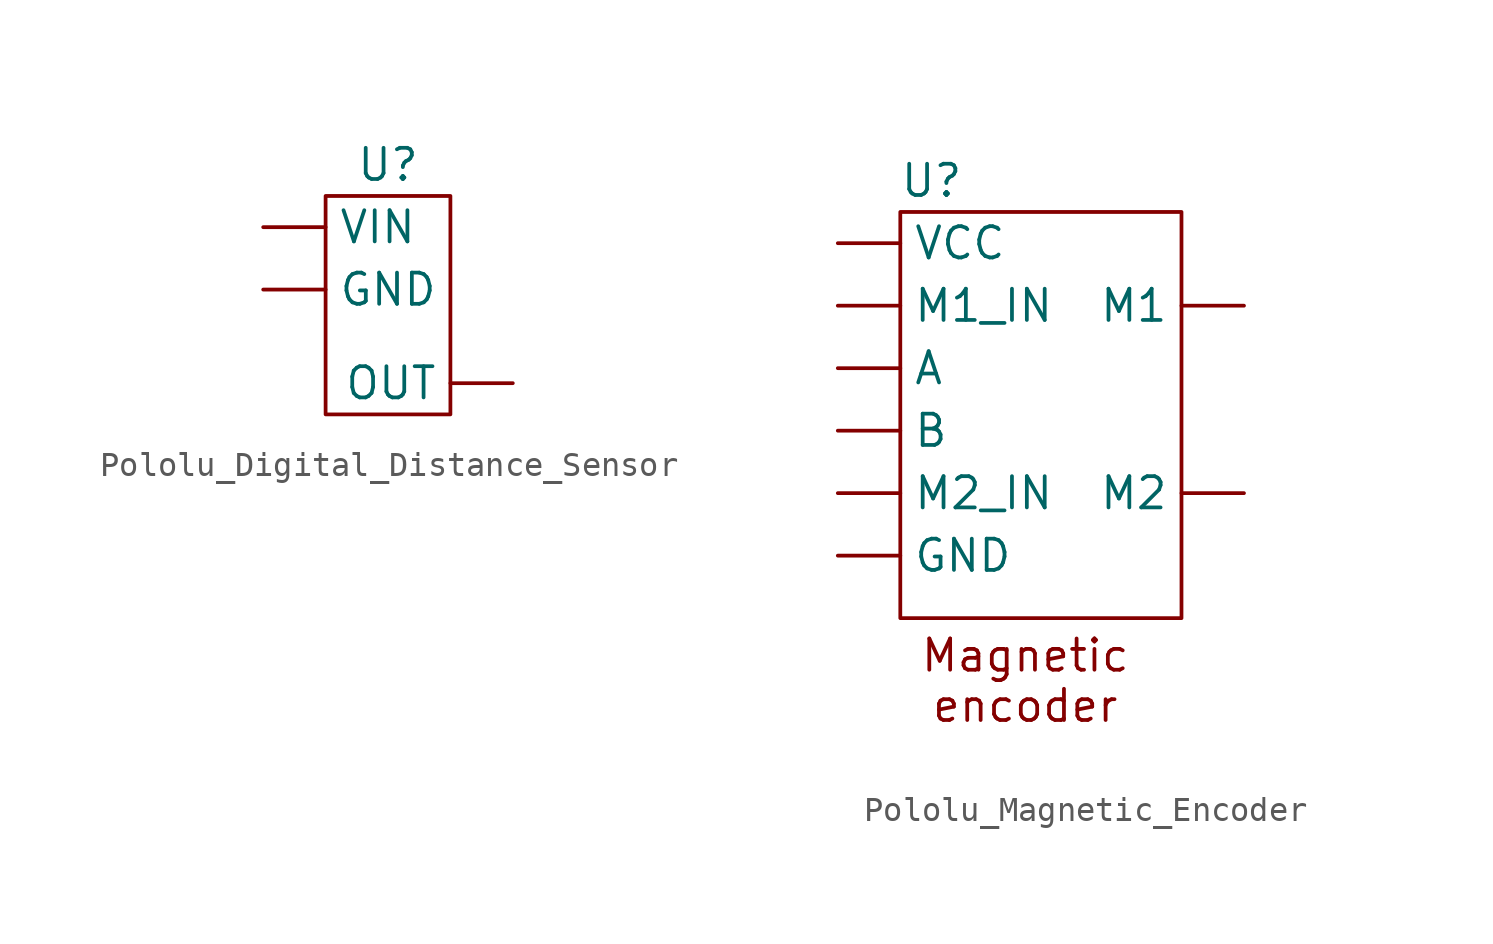
<source format=kicad_sym>
(kicad_symbol_lib
  (version 20220914)
  (generator kicad_symbol_editor)
  (symbol "Pololu_Digital_Distance_Sensor"
    (property "Reference" "U"
      (at 0 6.35 0)
      (effects (font (size 1.27 1.27))))
    (property "Value" ""
      (at -1.27 7.62 0)
      (effects (font (size 1.27 1.27))))
    (symbol "Pololu_Digital_Distance_Sensor_0_1"
      (rectangle (start -2.54 5.08) (end 2.54 -3.81) (stroke (width 0) (type default)) (fill (type none))))
    (symbol "Pololu_Digital_Distance_Sensor_1_1"
      (pin input line (at -5.08 1.27 0) (length 2.54) (name "GND" (effects (font (size 1.27 1.27)))) (number "" (effects (font (size 1.27 1.27)))))
      (pin output line (at 5.08 -2.54 180) (length 2.54) (name "OUT" (effects (font (size 1.27 1.27)))) (number "" (effects (font (size 1.27 1.27)))))
      (pin power_in line (at -5.08 3.81 0) (length 2.54) (name "VIN" (effects (font (size 1.27 1.27)))) (number "" (effects (font (size 1.27 1.27)))))))
  (symbol "Pololu_Magnetic_Encoder"
    (property "Reference" "U"
      (at -3.81 8.89 0)
      (effects (font (size 1.27 1.27))))
    (property "Value" ""
      (at 12.7 3.81 0)
      (effects (font (size 1.27 1.27))))
    (symbol "Pololu_Magnetic_Encoder_0_1"
      (rectangle (start -5.08 7.62) (end 6.35 -8.89) (stroke (width 0) (type default)) (fill (type none))))
    (symbol "Pololu_Magnetic_Encoder_1_1"
      (text "Magnetic\nencoder" (at 0 -11.43 0) (effects (font (size 1.27 1.27))))
      (pin output line (at -7.62 1.27 0) (length 2.54) (name "A" (effects (font (size 1.27 1.27)))) (number "" (effects (font (size 1.27 1.27)))))
      (pin output line (at -7.62 -1.27 0) (length 2.54) (name "B" (effects (font (size 1.27 1.27)))) (number "" (effects (font (size 1.27 1.27)))))
      (pin output line (at -7.62 -6.35 0) (length 2.54) (name "GND" (effects (font (size 1.27 1.27)))) (number "" (effects (font (size 1.27 1.27)))))
      (pin output line (at 8.89 3.81 180) (length 2.54) (name "M1" (effects (font (size 1.27 1.27)))) (number "" (effects (font (size 1.27 1.27)))))
      (pin input line (at -7.62 3.81 0) (length 2.54) (name "M1_IN" (effects (font (size 1.27 1.27)))) (number "" (effects (font (size 1.27 1.27)))))
      (pin output line (at 8.89 -3.81 180) (length 2.54) (name "M2" (effects (font (size 1.27 1.27)))) (number "" (effects (font (size 1.27 1.27)))))
      (pin input line (at -7.62 -3.81 0) (length 2.54) (name "M2_IN" (effects (font (size 1.27 1.27)))) (number "" (effects (font (size 1.27 1.27)))))
      (pin power_in line (at -7.62 6.35 0) (length 2.54) (name "VCC" (effects (font (size 1.27 1.27)))) (number "" (effects (font (size 1.27 1.27))))))))
</source>
